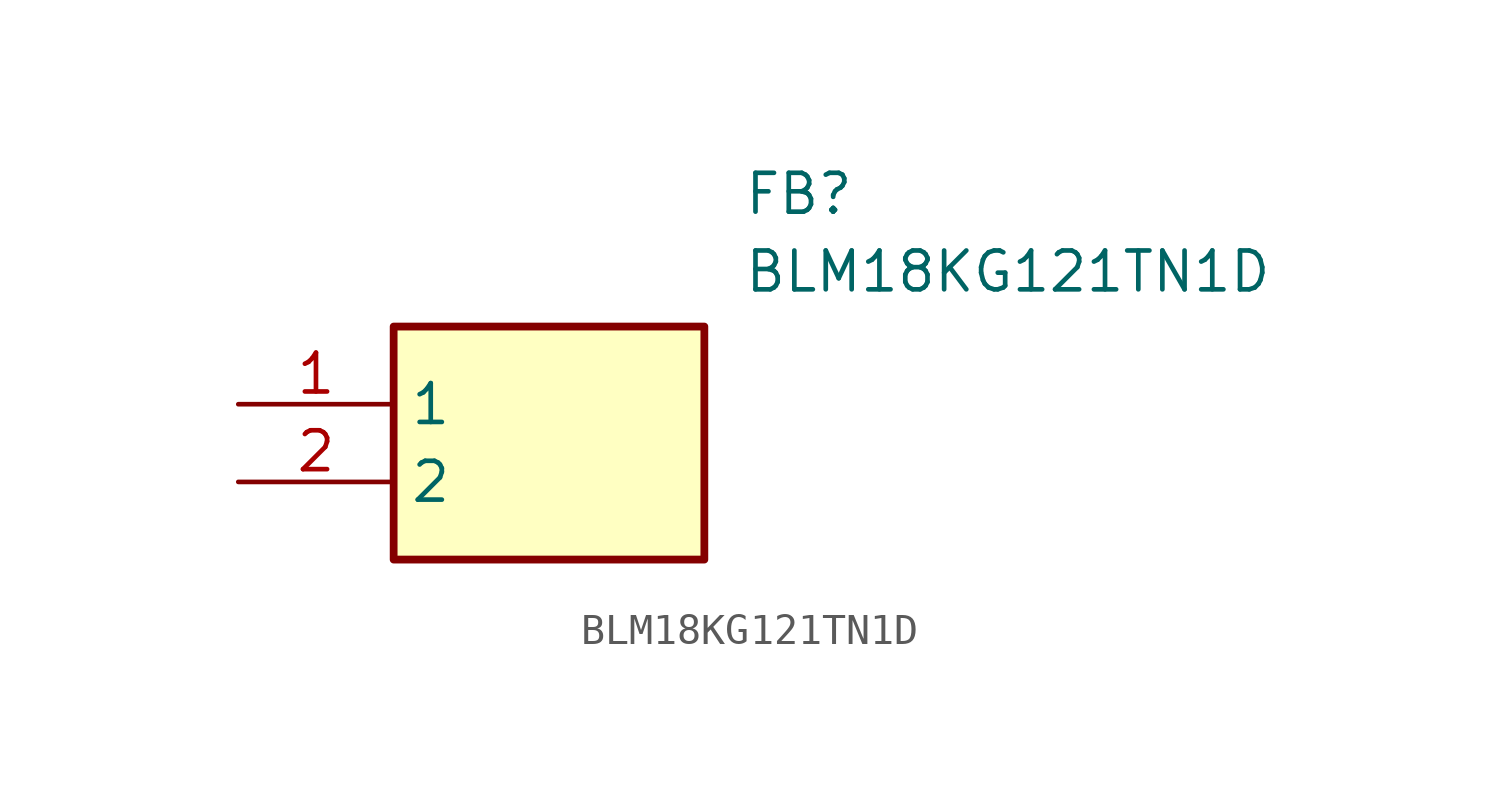
<source format=kicad_sym>
(kicad_symbol_lib
  (version 20211014)
  (generator SamacSys_ECAD_Model)
  (symbol "BLM18KG121TN1D"
    (property "Reference" "FB"
      (at 16.51 7.62 0)
      (effects (font (size 1.27 1.27)) (justify left top)))
    (property "Value" "BLM18KG121TN1D"
      (at 16.51 5.08 0)
      (effects (font (size 1.27 1.27)) (justify left top)))
    (rectangle
      (start 5.08 2.54)
      (end 15.24 -5.08)
      (stroke (width 0.254) (type default))
      (fill (type background)))
    (pin passive line
      (at 0 0 0)
      (length 5.08)
      (name "1" (effects (font (size 1.27 1.27))))
      (number "1" (effects (font (size 1.27 1.27)))))
    (pin passive line
      (at 0 -2.54 0)
      (length 5.08)
      (name "2" (effects (font (size 1.27 1.27))))
      (number "2" (effects (font (size 1.27 1.27)))))))
</source>
